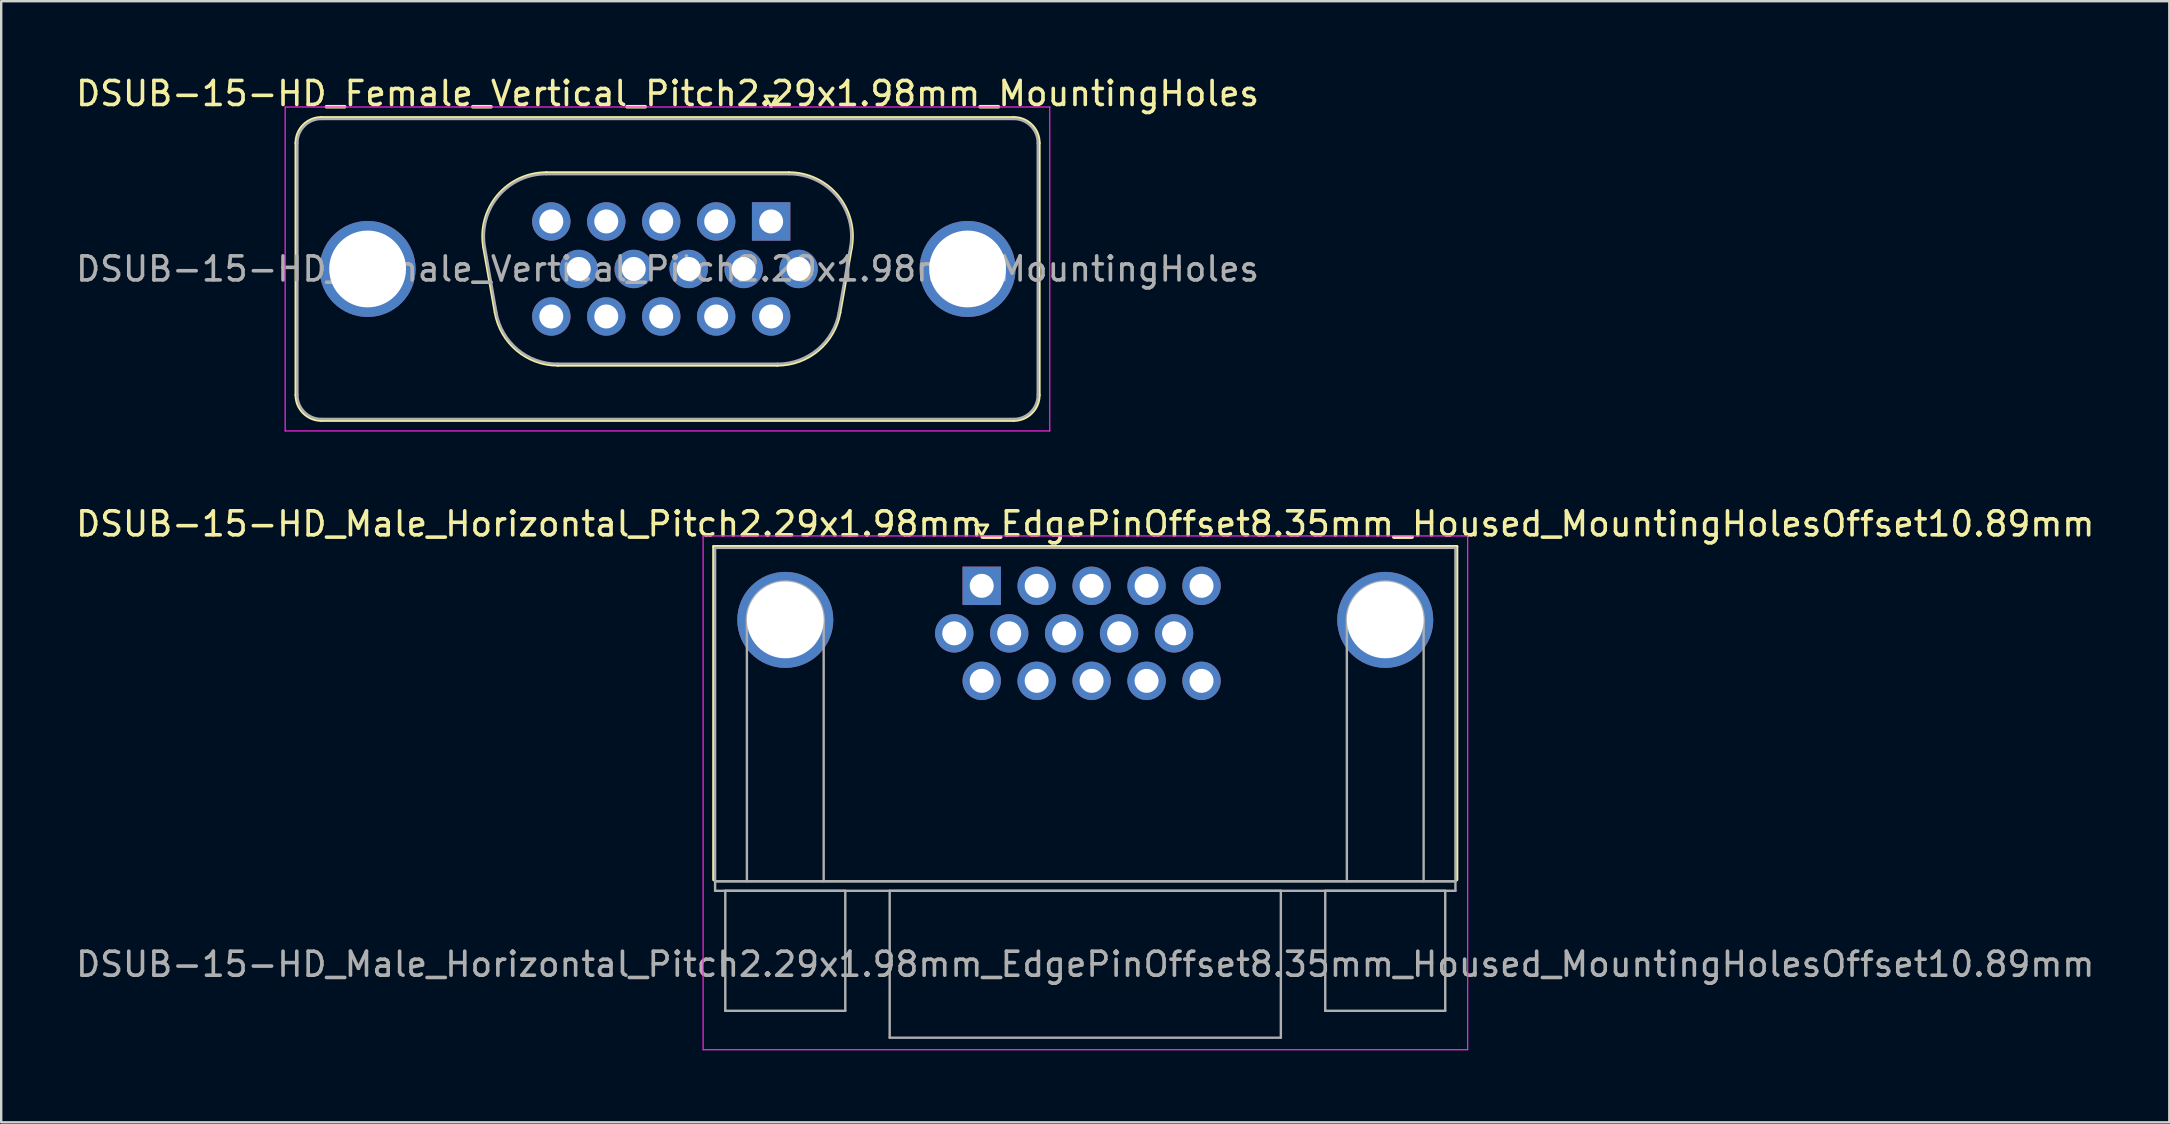
<source format=kicad_pcb>
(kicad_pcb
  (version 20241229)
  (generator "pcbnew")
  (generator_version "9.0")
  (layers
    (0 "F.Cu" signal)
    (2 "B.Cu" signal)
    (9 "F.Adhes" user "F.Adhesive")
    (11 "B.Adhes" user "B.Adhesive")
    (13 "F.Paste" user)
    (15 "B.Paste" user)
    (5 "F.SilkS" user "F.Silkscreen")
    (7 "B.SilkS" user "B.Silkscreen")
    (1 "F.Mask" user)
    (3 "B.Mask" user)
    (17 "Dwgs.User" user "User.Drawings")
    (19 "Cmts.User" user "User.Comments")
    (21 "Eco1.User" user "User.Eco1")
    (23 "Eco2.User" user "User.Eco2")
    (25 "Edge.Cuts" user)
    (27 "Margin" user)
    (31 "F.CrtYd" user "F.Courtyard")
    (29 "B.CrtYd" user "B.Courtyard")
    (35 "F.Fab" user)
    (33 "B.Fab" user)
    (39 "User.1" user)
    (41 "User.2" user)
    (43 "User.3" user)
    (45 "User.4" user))
  (footprint "DSUB-15-HD_Male_Horizontal_Pitch2.29x1.98mm_EdgePinOffset8.35mm_Housed_MountingHolesOffset10.89mm"
    (layer "F.Cu")
    (at 37.858 21.361)
    (property "Reference" "DSUB-15-HD_Male_Horizontal_Pitch2.29x1.98mm_EdgePinOffset8.35mm_Housed_MountingHolesOffset10.89mm" (at 4.315 -2.58 0) (layer "F.SilkS") (effects (font (size 1 1) (thickness 0.15))))
    (attr through_hole)
    (fp_line (start -11.17 -1.64) (end 19.8 -1.64) (stroke (width 0.12) (type solid)) (layer "F.SilkS"))
    (fp_line (start -11.17 12.25) (end -11.17 -1.64) (stroke (width 0.12) (type solid)) (layer "F.SilkS"))
    (fp_line (start -0.25 -2.534) (end 0.25 -2.534) (stroke (width 0.12) (type solid)) (layer "F.SilkS"))
    (fp_line (start 0 -2.101) (end -0.25 -2.534) (stroke (width 0.12) (type solid)) (layer "F.SilkS"))
    (fp_line (start 0.25 -2.534) (end 0 -2.101) (stroke (width 0.12) (type solid)) (layer "F.SilkS"))
    (fp_line (start 19.8 -1.64) (end 19.8 12.25) (stroke (width 0.12) (type solid)) (layer "F.SilkS"))
    (fp_line (start -11.61 -2.08) (end -11.61 19.33) (stroke (width 0.05) (type solid)) (layer "F.CrtYd"))
    (fp_line (start -11.61 19.33) (end 20.25 19.33) (stroke (width 0.05) (type solid)) (layer "F.CrtYd"))
    (fp_line (start 20.25 -2.08) (end -11.61 -2.08) (stroke (width 0.05) (type solid)) (layer "F.CrtYd"))
    (fp_line (start 20.25 19.33) (end 20.25 -2.08) (stroke (width 0.05) (type solid)) (layer "F.CrtYd"))
    (fp_line (start -11.11 -1.58) (end -11.11 12.31) (stroke (width 0.1) (type solid)) (layer "F.Fab"))
    (fp_line (start -11.11 12.31) (end -11.11 12.71) (stroke (width 0.1) (type solid)) (layer "F.Fab"))
    (fp_line (start -11.11 12.31) (end 19.74 12.31) (stroke (width 0.1) (type solid)) (layer "F.Fab"))
    (fp_line (start -11.11 12.71) (end 19.74 12.71) (stroke (width 0.1) (type solid)) (layer "F.Fab"))
    (fp_line (start -10.685 12.71) (end -10.685 17.71) (stroke (width 0.1) (type solid)) (layer "F.Fab"))
    (fp_line (start -10.685 17.71) (end -5.685 17.71) (stroke (width 0.1) (type solid)) (layer "F.Fab"))
    (fp_line (start -9.785 12.31) (end -9.785 1.42) (stroke (width 0.1) (type solid)) (layer "F.Fab"))
    (fp_line (start -6.585 12.31) (end -6.585 1.42) (stroke (width 0.1) (type solid)) (layer "F.Fab"))
    (fp_line (start -5.685 12.71) (end -10.685 12.71) (stroke (width 0.1) (type solid)) (layer "F.Fab"))
    (fp_line (start -5.685 17.71) (end -5.685 12.71) (stroke (width 0.1) (type solid)) (layer "F.Fab"))
    (fp_line (start -3.835 12.71) (end -3.835 18.83) (stroke (width 0.1) (type solid)) (layer "F.Fab"))
    (fp_line (start -3.835 18.83) (end 12.465 18.83) (stroke (width 0.1) (type solid)) (layer "F.Fab"))
    (fp_line (start 12.465 12.71) (end -3.835 12.71) (stroke (width 0.1) (type solid)) (layer "F.Fab"))
    (fp_line (start 12.465 18.83) (end 12.465 12.71) (stroke (width 0.1) (type solid)) (layer "F.Fab"))
    (fp_line (start 14.315 12.71) (end 14.315 17.71) (stroke (width 0.1) (type solid)) (layer "F.Fab"))
    (fp_line (start 14.315 17.71) (end 19.315 17.71) (stroke (width 0.1) (type solid)) (layer "F.Fab"))
    (fp_line (start 15.215 12.31) (end 15.215 1.42) (stroke (width 0.1) (type solid)) (layer "F.Fab"))
    (fp_line (start 18.415 12.31) (end 18.415 1.42) (stroke (width 0.1) (type solid)) (layer "F.Fab"))
    (fp_line (start 19.315 12.71) (end 14.315 12.71) (stroke (width 0.1) (type solid)) (layer "F.Fab"))
    (fp_line (start 19.315 17.71) (end 19.315 12.71) (stroke (width 0.1) (type solid)) (layer "F.Fab"))
    (fp_line (start 19.74 -1.58) (end -11.11 -1.58) (stroke (width 0.1) (type solid)) (layer "F.Fab"))
    (fp_line (start 19.74 12.31) (end -11.11 12.31) (stroke (width 0.1) (type solid)) (layer "F.Fab"))
    (fp_line (start 19.74 12.31) (end 19.74 -1.58) (stroke (width 0.1) (type solid)) (layer "F.Fab"))
    (fp_line (start 19.74 12.71) (end 19.74 12.31) (stroke (width 0.1) (type solid)) (layer "F.Fab"))
    (fp_arc (start -9.785 1.42) (mid -8.185 -0.18) (end -6.585 1.42) (stroke (width 0.1) (type solid)) (layer "F.Fab"))
    (fp_arc (start 15.215 1.42) (mid 16.815 -0.18) (end 18.415 1.42) (stroke (width 0.1) (type solid)) (layer "F.Fab"))
    (fp_text user "${REFERENCE}" (at 4.315 15.77 0) (layer "F.Fab") (effects (font (size 1 1) (thickness 0.15))))
    (pad "0" thru_hole circle (at -8.185 1.42) (size 4 4) (drill 3.2) (layers "*.Cu" "*.Mask"))
    (pad "0" thru_hole circle (at 16.815 1.42) (size 4 4) (drill 3.2) (layers "*.Cu" "*.Mask"))
    (pad "1" thru_hole rect (at 0 0) (size 1.6 1.6) (drill 1) (layers "*.Cu" "*.Mask"))
    (pad "2" thru_hole circle (at 2.29 0) (size 1.6 1.6) (drill 1) (layers "*.Cu" "*.Mask"))
    (pad "3" thru_hole circle (at 4.58 0) (size 1.6 1.6) (drill 1) (layers "*.Cu" "*.Mask"))
    (pad "4" thru_hole circle (at 6.87 0) (size 1.6 1.6) (drill 1) (layers "*.Cu" "*.Mask"))
    (pad "5" thru_hole circle (at 9.16 0) (size 1.6 1.6) (drill 1) (layers "*.Cu" "*.Mask"))
    (pad "6" thru_hole circle (at -1.145 1.98) (size 1.6 1.6) (drill 1) (layers "*.Cu" "*.Mask"))
    (pad "7" thru_hole circle (at 1.145 1.98) (size 1.6 1.6) (drill 1) (layers "*.Cu" "*.Mask"))
    (pad "8" thru_hole circle (at 3.435 1.98) (size 1.6 1.6) (drill 1) (layers "*.Cu" "*.Mask"))
    (pad "9" thru_hole circle (at 5.725 1.98) (size 1.6 1.6) (drill 1) (layers "*.Cu" "*.Mask"))
    (pad "10" thru_hole circle (at 8.015 1.98) (size 1.6 1.6) (drill 1) (layers "*.Cu" "*.Mask"))
    (pad "11" thru_hole circle (at 0 3.96) (size 1.6 1.6) (drill 1) (layers "*.Cu" "*.Mask"))
    (pad "12" thru_hole circle (at 2.29 3.96) (size 1.6 1.6) (drill 1) (layers "*.Cu" "*.Mask"))
    (pad "13" thru_hole circle (at 4.58 3.96) (size 1.6 1.6) (drill 1) (layers "*.Cu" "*.Mask"))
    (pad "14" thru_hole circle (at 6.87 3.96) (size 1.6 1.6) (drill 1) (layers "*.Cu" "*.Mask"))
    (pad "15" thru_hole circle (at 9.16 3.96) (size 1.6 1.6) (drill 1) (layers "*.Cu" "*.Mask")))
  (footprint "DSUB-15-HD_Female_Vertical_Pitch2.29x1.98mm_MountingHoles"
    (layer "F.Cu")
    (at 29.083 6.178)
    (property "Reference" "DSUB-15-HD_Female_Vertical_Pitch2.29x1.98mm_MountingHoles" (at -4.315 -5.33 0) (layer "F.SilkS") (effects (font (size 1 1) (thickness 0.15))))
    (attr through_hole)
    (fp_line (start -19.8 7.23) (end -19.8 -3.27) (stroke (width 0.12) (type solid)) (layer "F.SilkS"))
    (fp_line (start -18.74 -4.33) (end 10.11 -4.33) (stroke (width 0.12) (type solid)) (layer "F.SilkS"))
    (fp_line (start -11.977 1.08) (end -11.497 3.8) (stroke (width 0.12) (type solid)) (layer "F.SilkS"))
    (fp_line (start -9.367 -2.03) (end 0.737 -2.03) (stroke (width 0.12) (type solid)) (layer "F.SilkS"))
    (fp_line (start -8.887 5.99) (end 0.257 5.99) (stroke (width 0.12) (type solid)) (layer "F.SilkS"))
    (fp_line (start -0.25 -5.224) (end 0.25 -5.224) (stroke (width 0.12) (type solid)) (layer "F.SilkS"))
    (fp_line (start 0 -4.791) (end -0.25 -5.224) (stroke (width 0.12) (type solid)) (layer "F.SilkS"))
    (fp_line (start 0.25 -5.224) (end 0 -4.791) (stroke (width 0.12) (type solid)) (layer "F.SilkS"))
    (fp_line (start 3.347 1.08) (end 2.867 3.8) (stroke (width 0.12) (type solid)) (layer "F.SilkS"))
    (fp_line (start 10.11 8.29) (end -18.74 8.29) (stroke (width 0.12) (type solid)) (layer "F.SilkS"))
    (fp_line (start 11.17 -3.27) (end 11.17 7.23) (stroke (width 0.12) (type solid)) (layer "F.SilkS"))
    (fp_arc (start -19.8 -3.27) (mid -19.489533 -4.019533) (end -18.74 -4.33) (stroke (width 0.12) (type solid)) (layer "F.SilkS"))
    (fp_arc (start -18.74 8.29) (mid -19.489533 7.979533) (end -19.8 7.23) (stroke (width 0.12) (type solid)) (layer "F.SilkS"))
    (fp_arc (start -11.976594 1.080168) (mid -11.396871 -1.083387) (end -9.366853 -2.03) (stroke (width 0.12) (type solid)) (layer "F.SilkS"))
    (fp_arc (start -8.887244 5.99) (mid -10.590631 5.370018) (end -11.496985 3.800168) (stroke (width 0.12) (type solid)) (layer "F.SilkS"))
    (fp_arc (start 0.736853 -2.03) (mid 2.766871 -1.083387) (end 3.346594 1.080168) (stroke (width 0.12) (type solid)) (layer "F.SilkS"))
    (fp_arc (start 2.866985 3.800168) (mid 1.960631 5.370018) (end 0.257244 5.99) (stroke (width 0.12) (type solid)) (layer "F.SilkS"))
    (fp_arc (start 10.11 -4.33) (mid 10.859533 -4.019533) (end 11.17 -3.27) (stroke (width 0.12) (type solid)) (layer "F.SilkS"))
    (fp_arc (start 11.17 7.23) (mid 10.859533 7.979533) (end 10.11 8.29) (stroke (width 0.12) (type solid)) (layer "F.SilkS"))
    (fp_line (start -20.25 -4.77) (end -20.25 8.73) (stroke (width 0.05) (type solid)) (layer "F.CrtYd"))
    (fp_line (start -20.25 8.73) (end 11.61 8.73) (stroke (width 0.05) (type solid)) (layer "F.CrtYd"))
    (fp_line (start 11.61 -4.77) (end -20.25 -4.77) (stroke (width 0.05) (type solid)) (layer "F.CrtYd"))
    (fp_line (start 11.61 8.73) (end 11.61 -4.77) (stroke (width 0.05) (type solid)) (layer "F.CrtYd"))
    (fp_line (start -19.74 7.23) (end -19.74 -3.27) (stroke (width 0.1) (type solid)) (layer "F.Fab"))
    (fp_line (start -18.74 -4.27) (end 10.11 -4.27) (stroke (width 0.1) (type solid)) (layer "F.Fab"))
    (fp_line (start -11.929 1.07) (end -11.449 3.79) (stroke (width 0.1) (type solid)) (layer "F.Fab"))
    (fp_line (start -9.378 -1.97) (end 0.748 -1.97) (stroke (width 0.1) (type solid)) (layer "F.Fab"))
    (fp_line (start -8.899 5.93) (end 0.269 5.93) (stroke (width 0.1) (type solid)) (layer "F.Fab"))
    (fp_line (start 3.299 1.07) (end 2.819 3.79) (stroke (width 0.1) (type solid)) (layer "F.Fab"))
    (fp_line (start 10.11 8.23) (end -18.74 8.23) (stroke (width 0.1) (type solid)) (layer "F.Fab"))
    (fp_line (start 11.11 -3.27) (end 11.11 7.23) (stroke (width 0.1) (type solid)) (layer "F.Fab"))
    (fp_arc (start -19.74 -3.27) (mid -19.447107 -3.977107) (end -18.74 -4.27) (stroke (width 0.1) (type solid)) (layer "F.Fab"))
    (fp_arc (start -18.74 8.23) (mid -19.447107 7.937107) (end -19.74 7.23) (stroke (width 0.1) (type solid)) (layer "F.Fab"))
    (fp_arc (start -11.92901 1.069749) (mid -11.362413 -1.04482) (end -9.378358 -1.97) (stroke (width 0.1) (type solid)) (layer "F.Fab"))
    (fp_arc (start -8.898749 5.93) (mid -10.563569 5.324055) (end -11.449401 3.789749) (stroke (width 0.1) (type solid)) (layer "F.Fab"))
    (fp_arc (start 0.748358 -1.97) (mid 2.732413 -1.04482) (end 3.29901 1.069749) (stroke (width 0.1) (type solid)) (layer "F.Fab"))
    (fp_arc (start 2.819401 3.789749) (mid 1.933569 5.324055) (end 0.268749 5.93) (stroke (width 0.1) (type solid)) (layer "F.Fab"))
    (fp_arc (start 10.11 -4.27) (mid 10.817107 -3.977107) (end 11.11 -3.27) (stroke (width 0.1) (type solid)) (layer "F.Fab"))
    (fp_arc (start 11.11 7.23) (mid 10.817107 7.937107) (end 10.11 8.23) (stroke (width 0.1) (type solid)) (layer "F.Fab"))
    (fp_text user "${REFERENCE}" (at -4.315 1.98 0) (layer "F.Fab") (effects (font (size 1 1) (thickness 0.15))))
    (pad "0" thru_hole circle (at -16.815 1.98) (size 4 4) (drill 3.2) (layers "*.Cu" "*.Mask"))
    (pad "0" thru_hole circle (at 8.185 1.98) (size 4 4) (drill 3.2) (layers "*.Cu" "*.Mask"))
    (pad "1" thru_hole rect (at 0 0) (size 1.6 1.6) (drill 1) (layers "*.Cu" "*.Mask"))
    (pad "2" thru_hole circle (at -2.29 0) (size 1.6 1.6) (drill 1) (layers "*.Cu" "*.Mask"))
    (pad "3" thru_hole circle (at -4.58 0) (size 1.6 1.6) (drill 1) (layers "*.Cu" "*.Mask"))
    (pad "4" thru_hole circle (at -6.87 0) (size 1.6 1.6) (drill 1) (layers "*.Cu" "*.Mask"))
    (pad "5" thru_hole circle (at -9.16 0) (size 1.6 1.6) (drill 1) (layers "*.Cu" "*.Mask"))
    (pad "6" thru_hole circle (at 1.145 1.98) (size 1.6 1.6) (drill 1) (layers "*.Cu" "*.Mask"))
    (pad "7" thru_hole circle (at -1.145 1.98) (size 1.6 1.6) (drill 1) (layers "*.Cu" "*.Mask"))
    (pad "8" thru_hole circle (at -3.435 1.98) (size 1.6 1.6) (drill 1) (layers "*.Cu" "*.Mask"))
    (pad "9" thru_hole circle (at -5.725 1.98) (size 1.6 1.6) (drill 1) (layers "*.Cu" "*.Mask"))
    (pad "10" thru_hole circle (at -8.015 1.98) (size 1.6 1.6) (drill 1) (layers "*.Cu" "*.Mask"))
    (pad "11" thru_hole circle (at 0 3.96) (size 1.6 1.6) (drill 1) (layers "*.Cu" "*.Mask"))
    (pad "12" thru_hole circle (at -2.29 3.96) (size 1.6 1.6) (drill 1) (layers "*.Cu" "*.Mask"))
    (pad "13" thru_hole circle (at -4.58 3.96) (size 1.6 1.6) (drill 1) (layers "*.Cu" "*.Mask"))
    (pad "14" thru_hole circle (at -6.87 3.96) (size 1.6 1.6) (drill 1) (layers "*.Cu" "*.Mask"))
    (pad "15" thru_hole circle (at -9.16 3.96) (size 1.6 1.6) (drill 1) (layers "*.Cu" "*.Mask")))
  (gr_rect
    (start -3 -3)
    (end 87.345 43.717)
    (stroke (width 0.1) (type default))
    (fill no)
    (layer "Edge.Cuts")))
</source>
